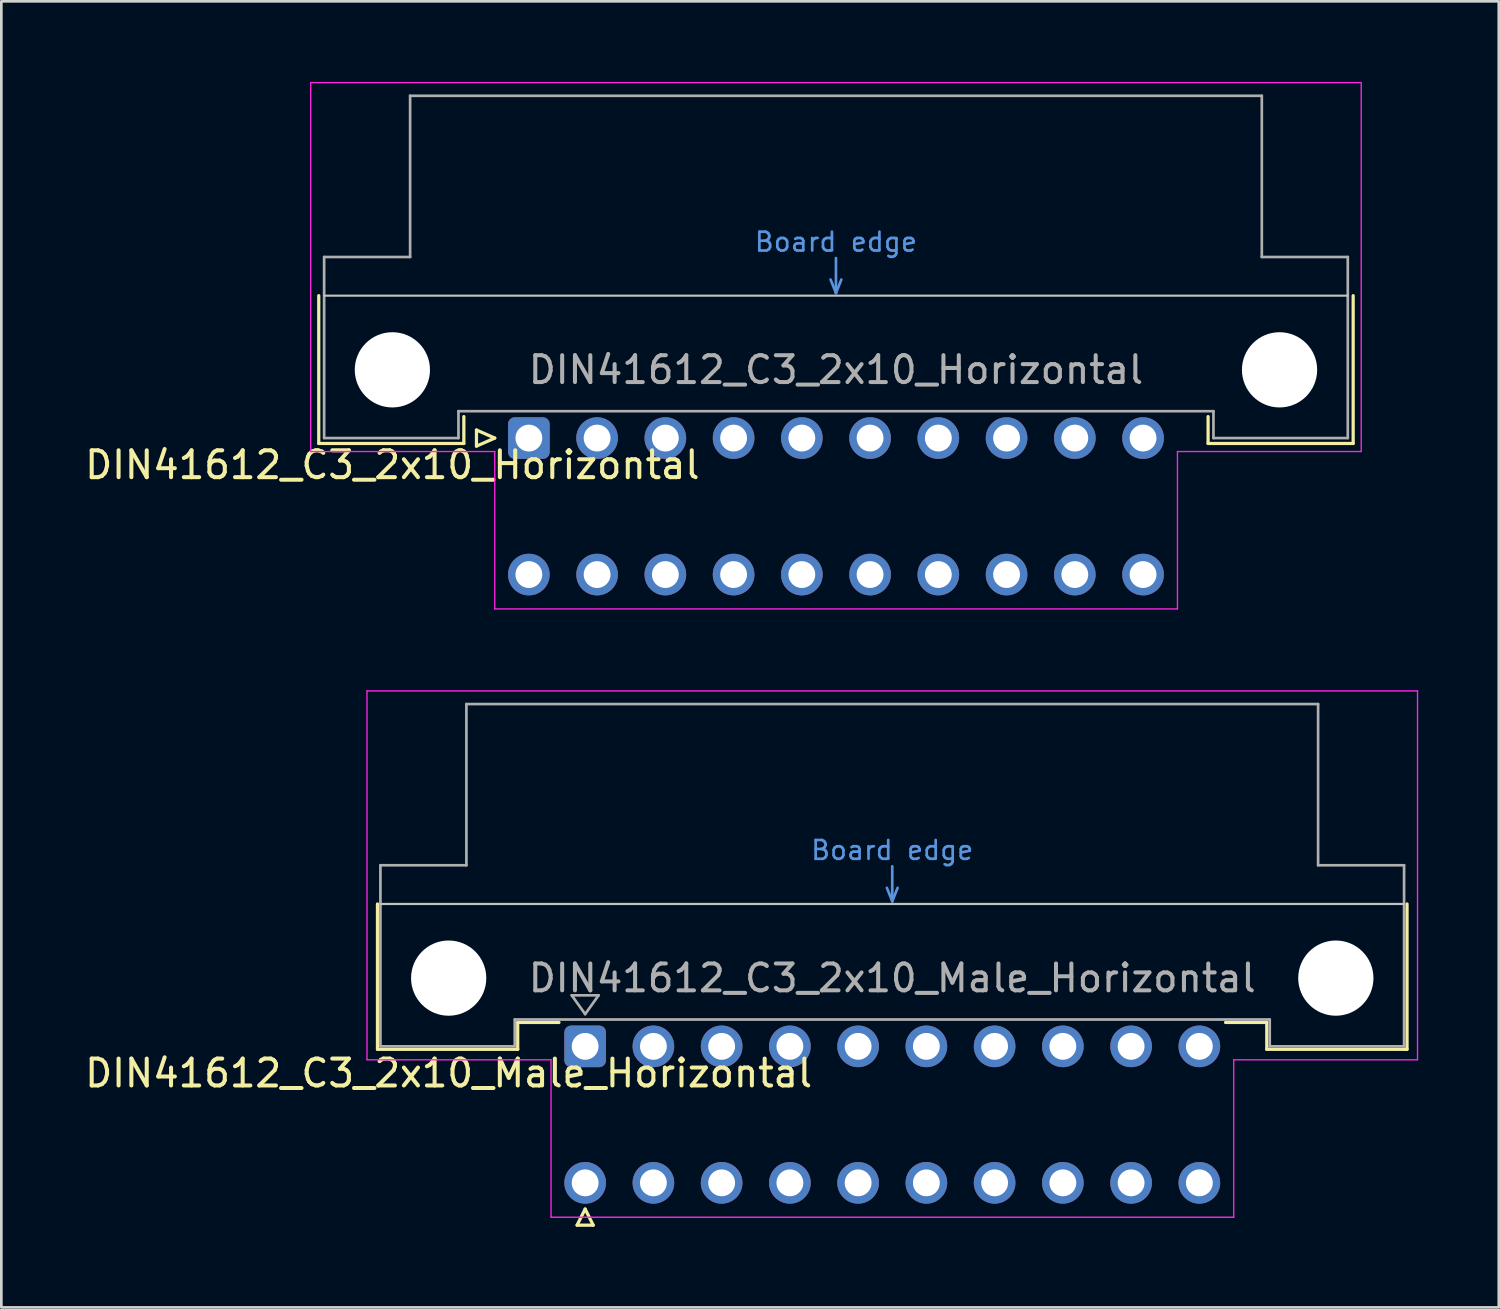
<source format=kicad_pcb>
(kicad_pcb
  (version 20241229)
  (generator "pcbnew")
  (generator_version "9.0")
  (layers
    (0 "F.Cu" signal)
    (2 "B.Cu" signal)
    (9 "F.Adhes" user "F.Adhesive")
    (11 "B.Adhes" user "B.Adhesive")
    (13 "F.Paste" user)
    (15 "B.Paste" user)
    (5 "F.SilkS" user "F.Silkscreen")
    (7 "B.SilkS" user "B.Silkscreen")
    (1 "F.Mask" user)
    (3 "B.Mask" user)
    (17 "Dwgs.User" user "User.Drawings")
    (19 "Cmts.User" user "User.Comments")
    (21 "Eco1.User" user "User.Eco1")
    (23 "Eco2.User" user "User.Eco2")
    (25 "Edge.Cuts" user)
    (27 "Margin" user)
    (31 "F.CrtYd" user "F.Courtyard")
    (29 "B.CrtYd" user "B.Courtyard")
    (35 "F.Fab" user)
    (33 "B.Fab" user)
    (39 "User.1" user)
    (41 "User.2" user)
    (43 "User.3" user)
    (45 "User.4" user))
  (footprint "DIN41612_C3_2x10_Horizontal"
    (layer "F.Cu")
    (at 16.634 13.255)
    (property "Reference" "DIN41612_C3_2x10_Horizontal" (at -5.08 1 0) (layer "F.SilkS") (effects (font (size 1 1) (thickness 0.15))))
    (attr through_hole)
    (fp_line (start -7.82 -5.3) (end -7.82 0.2) (stroke (width 0.12) (type solid)) (layer "F.SilkS"))
    (fp_line (start -7.82 0.2) (end -2.42 0.2) (stroke (width 0.12) (type solid)) (layer "F.SilkS"))
    (fp_line (start -2.42 0.2) (end -2.42 -0.8) (stroke (width 0.12) (type solid)) (layer "F.SilkS"))
    (fp_line (start -1.95 -0.3) (end -1.95 0.3) (stroke (width 0.12) (type solid)) (layer "F.SilkS"))
    (fp_line (start -1.95 0.3) (end -1.27 0) (stroke (width 0.12) (type solid)) (layer "F.SilkS"))
    (fp_line (start -1.27 0) (end -1.95 -0.3) (stroke (width 0.12) (type solid)) (layer "F.SilkS"))
    (fp_line (start 25.28 0.2) (end 25.28 -0.8) (stroke (width 0.12) (type solid)) (layer "F.SilkS"))
    (fp_line (start 30.68 -5.3) (end 30.68 0.2) (stroke (width 0.12) (type solid)) (layer "F.SilkS"))
    (fp_line (start 30.68 0.2) (end 25.28 0.2) (stroke (width 0.12) (type solid)) (layer "F.SilkS"))
    (fp_line (start -7.62 -5.3) (end 30.48 -5.3) (stroke (width 0.08) (type solid)) (layer "Dwgs.User"))
    (fp_line (start 11.23 -5.9) (end 11.43 -5.4) (stroke (width 0.1) (type solid)) (layer "Cmts.User"))
    (fp_line (start 11.43 -5.4) (end 11.43 -6.7) (stroke (width 0.1) (type solid)) (layer "Cmts.User"))
    (fp_line (start 11.43 -5.4) (end 11.63 -5.9) (stroke (width 0.1) (type solid)) (layer "Cmts.User"))
    (fp_line (start -8.12 -13.23) (end -8.12 0.5) (stroke (width 0.05) (type solid)) (layer "F.CrtYd"))
    (fp_line (start -8.12 0.5) (end -1.27 0.5) (stroke (width 0.05) (type solid)) (layer "F.CrtYd"))
    (fp_line (start -1.27 0.5) (end -1.27 6.36) (stroke (width 0.05) (type solid)) (layer "F.CrtYd"))
    (fp_line (start -1.27 6.36) (end 24.14 6.36) (stroke (width 0.05) (type solid)) (layer "F.CrtYd"))
    (fp_line (start 24.14 0.5) (end 30.98 0.5) (stroke (width 0.05) (type solid)) (layer "F.CrtYd"))
    (fp_line (start 24.14 6.36) (end 24.14 0.5) (stroke (width 0.05) (type solid)) (layer "F.CrtYd"))
    (fp_line (start 30.98 -13.23) (end -8.12 -13.23) (stroke (width 0.05) (type solid)) (layer "F.CrtYd"))
    (fp_line (start 30.98 0.5) (end 30.98 -13.23) (stroke (width 0.05) (type solid)) (layer "F.CrtYd"))
    (fp_line (start -7.62 -6.74) (end -7.62 0) (stroke (width 0.1) (type solid)) (layer "F.Fab"))
    (fp_line (start -7.62 0) (end -2.62 0) (stroke (width 0.1) (type solid)) (layer "F.Fab"))
    (fp_line (start -4.42 -12.74) (end -4.42 -6.74) (stroke (width 0.1) (type solid)) (layer "F.Fab"))
    (fp_line (start -4.42 -6.74) (end -7.62 -6.74) (stroke (width 0.1) (type solid)) (layer "F.Fab"))
    (fp_line (start -2.62 -1) (end 25.48 -1) (stroke (width 0.1) (type solid)) (layer "F.Fab"))
    (fp_line (start -2.62 0) (end -2.62 -1) (stroke (width 0.1) (type solid)) (layer "F.Fab"))
    (fp_line (start 25.48 -1) (end 25.48 0) (stroke (width 0.1) (type solid)) (layer "F.Fab"))
    (fp_line (start 25.48 0) (end 30.48 0) (stroke (width 0.1) (type solid)) (layer "F.Fab"))
    (fp_line (start 27.28 -12.74) (end -4.42 -12.74) (stroke (width 0.1) (type solid)) (layer "F.Fab"))
    (fp_line (start 27.28 -6.74) (end 27.28 -12.74) (stroke (width 0.1) (type solid)) (layer "F.Fab"))
    (fp_line (start 30.48 -6.74) (end 27.28 -6.74) (stroke (width 0.1) (type solid)) (layer "F.Fab"))
    (fp_line (start 30.48 0) (end 30.48 -6.74) (stroke (width 0.1) (type solid)) (layer "F.Fab"))
    (fp_text user "Board edge" (at 11.43 -7.3 0) (layer "Cmts.User") (effects (font (size 0.7 0.7) (thickness 0.1))))
    (fp_text user "${REFERENCE}" (at 11.43 -2.54 0) (layer "F.Fab") (effects (font (size 1 1) (thickness 0.15))))
    (pad "" np_thru_hole circle (at -5.08 -2.54) (size 2.8 2.8) (drill 2.8) (layers "*.Cu" "*.Mask"))
    (pad "" np_thru_hole circle (at 27.94 -2.54) (size 2.8 2.8) (drill 2.8) (layers "*.Cu" "*.Mask"))
    (pad "a1" thru_hole roundrect (at 0 0) (size 1.55 1.55) (drill 1) (layers "*.Cu" "*.Mask") (roundrect_rratio 0.161))
    (pad "a2" thru_hole circle (at 2.54 0) (size 1.55 1.55) (drill 1) (layers "*.Cu" "*.Mask"))
    (pad "a3" thru_hole circle (at 5.08 0) (size 1.55 1.55) (drill 1) (layers "*.Cu" "*.Mask"))
    (pad "a4" thru_hole circle (at 7.62 0) (size 1.55 1.55) (drill 1) (layers "*.Cu" "*.Mask"))
    (pad "a5" thru_hole circle (at 10.16 0) (size 1.55 1.55) (drill 1) (layers "*.Cu" "*.Mask"))
    (pad "a6" thru_hole circle (at 12.7 0) (size 1.55 1.55) (drill 1) (layers "*.Cu" "*.Mask"))
    (pad "a7" thru_hole circle (at 15.24 0) (size 1.55 1.55) (drill 1) (layers "*.Cu" "*.Mask"))
    (pad "a8" thru_hole circle (at 17.78 0) (size 1.55 1.55) (drill 1) (layers "*.Cu" "*.Mask"))
    (pad "a9" thru_hole circle (at 20.32 0) (size 1.55 1.55) (drill 1) (layers "*.Cu" "*.Mask"))
    (pad "a10" thru_hole circle (at 22.86 0) (size 1.55 1.55) (drill 1) (layers "*.Cu" "*.Mask"))
    (pad "c1" thru_hole circle (at 0 5.08) (size 1.55 1.55) (drill 1) (layers "*.Cu" "*.Mask"))
    (pad "c2" thru_hole circle (at 2.54 5.08) (size 1.55 1.55) (drill 1) (layers "*.Cu" "*.Mask"))
    (pad "c3" thru_hole circle (at 5.08 5.08) (size 1.55 1.55) (drill 1) (layers "*.Cu" "*.Mask"))
    (pad "c4" thru_hole circle (at 7.62 5.08) (size 1.55 1.55) (drill 1) (layers "*.Cu" "*.Mask"))
    (pad "c5" thru_hole circle (at 10.16 5.08) (size 1.55 1.55) (drill 1) (layers "*.Cu" "*.Mask"))
    (pad "c6" thru_hole circle (at 12.7 5.08) (size 1.55 1.55) (drill 1) (layers "*.Cu" "*.Mask"))
    (pad "c7" thru_hole circle (at 15.24 5.08) (size 1.55 1.55) (drill 1) (layers "*.Cu" "*.Mask"))
    (pad "c8" thru_hole circle (at 17.78 5.08) (size 1.55 1.55) (drill 1) (layers "*.Cu" "*.Mask"))
    (pad "c9" thru_hole circle (at 20.32 5.08) (size 1.55 1.55) (drill 1) (layers "*.Cu" "*.Mask"))
    (pad "c10" thru_hole circle (at 22.86 5.08) (size 1.55 1.55) (drill 1) (layers "*.Cu" "*.Mask")))
  (footprint "DIN41612_C3_2x10_Male_Horizontal"
    (layer "F.Cu")
    (at 18.729 35.895)
    (property "Reference" "DIN41612_C3_2x10_Male_Horizontal" (at -5.08 1 0) (layer "F.SilkS") (effects (font (size 1 1) (thickness 0.15))))
    (attr through_hole)
    (fp_line (start -7.73 -5.3) (end -7.73 0.11) (stroke (width 0.12) (type solid)) (layer "F.SilkS"))
    (fp_line (start -7.73 0.11) (end -2.51 0.11) (stroke (width 0.12) (type solid)) (layer "F.SilkS"))
    (fp_line (start -2.51 -0.89) (end -0.975 -0.89) (stroke (width 0.12) (type solid)) (layer "F.SilkS"))
    (fp_line (start -2.51 0.11) (end -2.51 -0.89) (stroke (width 0.12) (type solid)) (layer "F.SilkS"))
    (fp_line (start -0.3 6.655) (end 0.3 6.655) (stroke (width 0.12) (type solid)) (layer "F.SilkS"))
    (fp_line (start 0 6.055) (end -0.3 6.655) (stroke (width 0.12) (type solid)) (layer "F.SilkS"))
    (fp_line (start 0.3 6.655) (end 0 6.055) (stroke (width 0.12) (type solid)) (layer "F.SilkS"))
    (fp_line (start 25.37 -0.89) (end 23.835 -0.89) (stroke (width 0.12) (type solid)) (layer "F.SilkS"))
    (fp_line (start 25.37 0.11) (end 25.37 -0.89) (stroke (width 0.12) (type solid)) (layer "F.SilkS"))
    (fp_line (start 30.59 -5.3) (end 30.59 0.11) (stroke (width 0.12) (type solid)) (layer "F.SilkS"))
    (fp_line (start 30.59 0.11) (end 25.37 0.11) (stroke (width 0.12) (type solid)) (layer "F.SilkS"))
    (fp_line (start -7.62 -5.3) (end 30.48 -5.3) (stroke (width 0.08) (type solid)) (layer "Dwgs.User"))
    (fp_line (start 11.23 -5.9) (end 11.43 -5.4) (stroke (width 0.1) (type solid)) (layer "Cmts.User"))
    (fp_line (start 11.43 -5.4) (end 11.43 -6.7) (stroke (width 0.1) (type solid)) (layer "Cmts.User"))
    (fp_line (start 11.43 -5.4) (end 11.63 -5.9) (stroke (width 0.1) (type solid)) (layer "Cmts.User"))
    (fp_line (start -8.12 -13.23) (end -8.12 0.5) (stroke (width 0.05) (type solid)) (layer "F.CrtYd"))
    (fp_line (start -8.12 0.5) (end -1.27 0.5) (stroke (width 0.05) (type solid)) (layer "F.CrtYd"))
    (fp_line (start -1.27 0.5) (end -1.27 6.36) (stroke (width 0.05) (type solid)) (layer "F.CrtYd"))
    (fp_line (start -1.27 6.36) (end 24.14 6.36) (stroke (width 0.05) (type solid)) (layer "F.CrtYd"))
    (fp_line (start 24.14 0.5) (end 30.98 0.5) (stroke (width 0.05) (type solid)) (layer "F.CrtYd"))
    (fp_line (start 24.14 6.36) (end 24.14 0.5) (stroke (width 0.05) (type solid)) (layer "F.CrtYd"))
    (fp_line (start 30.98 -13.23) (end -8.12 -13.23) (stroke (width 0.05) (type solid)) (layer "F.CrtYd"))
    (fp_line (start 30.98 0.5) (end 30.98 -13.23) (stroke (width 0.05) (type solid)) (layer "F.CrtYd"))
    (fp_line (start -7.62 -6.74) (end -7.62 0) (stroke (width 0.1) (type solid)) (layer "F.Fab"))
    (fp_line (start -7.62 0) (end -2.62 0) (stroke (width 0.1) (type solid)) (layer "F.Fab"))
    (fp_line (start -4.42 -12.74) (end -4.42 -6.74) (stroke (width 0.1) (type solid)) (layer "F.Fab"))
    (fp_line (start -4.42 -6.74) (end -7.62 -6.74) (stroke (width 0.1) (type solid)) (layer "F.Fab"))
    (fp_line (start -2.62 -1) (end 25.48 -1) (stroke (width 0.1) (type solid)) (layer "F.Fab"))
    (fp_line (start -2.62 0) (end -2.62 -1) (stroke (width 0.1) (type solid)) (layer "F.Fab"))
    (fp_line (start -0.5 -1.9) (end 0.5 -1.9) (stroke (width 0.1) (type solid)) (layer "F.Fab"))
    (fp_line (start 0 -1.2) (end -0.5 -1.9) (stroke (width 0.1) (type solid)) (layer "F.Fab"))
    (fp_line (start 0.5 -1.9) (end 0 -1.2) (stroke (width 0.1) (type solid)) (layer "F.Fab"))
    (fp_line (start 25.48 -1) (end 25.48 0) (stroke (width 0.1) (type solid)) (layer "F.Fab"))
    (fp_line (start 25.48 0) (end 30.48 0) (stroke (width 0.1) (type solid)) (layer "F.Fab"))
    (fp_line (start 27.28 -12.74) (end -4.42 -12.74) (stroke (width 0.1) (type solid)) (layer "F.Fab"))
    (fp_line (start 27.28 -6.74) (end 27.28 -12.74) (stroke (width 0.1) (type solid)) (layer "F.Fab"))
    (fp_line (start 30.48 -6.74) (end 27.28 -6.74) (stroke (width 0.1) (type solid)) (layer "F.Fab"))
    (fp_line (start 30.48 0) (end 30.48 -6.74) (stroke (width 0.1) (type solid)) (layer "F.Fab"))
    (fp_text user "Board edge" (at 11.43 -7.3 0) (layer "Cmts.User") (effects (font (size 0.7 0.7) (thickness 0.1))))
    (fp_text user "${REFERENCE}" (at 11.43 -2.54 0) (layer "F.Fab") (effects (font (size 1 1) (thickness 0.15))))
    (pad "" np_thru_hole circle (at -5.08 -2.54) (size 2.8 2.8) (drill 2.8) (layers "*.Cu" "*.Mask"))
    (pad "" np_thru_hole circle (at 27.94 -2.54) (size 2.8 2.8) (drill 2.8) (layers "*.Cu" "*.Mask"))
    (pad "a1" thru_hole roundrect (at 0 0) (size 1.55 1.55) (drill 1) (layers "*.Cu" "*.Mask") (roundrect_rratio 0.161))
    (pad "a2" thru_hole circle (at 2.54 0) (size 1.55 1.55) (drill 1) (layers "*.Cu" "*.Mask"))
    (pad "a3" thru_hole circle (at 5.08 0) (size 1.55 1.55) (drill 1) (layers "*.Cu" "*.Mask"))
    (pad "a4" thru_hole circle (at 7.62 0) (size 1.55 1.55) (drill 1) (layers "*.Cu" "*.Mask"))
    (pad "a5" thru_hole circle (at 10.16 0) (size 1.55 1.55) (drill 1) (layers "*.Cu" "*.Mask"))
    (pad "a6" thru_hole circle (at 12.7 0) (size 1.55 1.55) (drill 1) (layers "*.Cu" "*.Mask"))
    (pad "a7" thru_hole circle (at 15.24 0) (size 1.55 1.55) (drill 1) (layers "*.Cu" "*.Mask"))
    (pad "a8" thru_hole circle (at 17.78 0) (size 1.55 1.55) (drill 1) (layers "*.Cu" "*.Mask"))
    (pad "a9" thru_hole circle (at 20.32 0) (size 1.55 1.55) (drill 1) (layers "*.Cu" "*.Mask"))
    (pad "a10" thru_hole circle (at 22.86 0) (size 1.55 1.55) (drill 1) (layers "*.Cu" "*.Mask"))
    (pad "c1" thru_hole circle (at 0 5.08) (size 1.55 1.55) (drill 1) (layers "*.Cu" "*.Mask"))
    (pad "c2" thru_hole circle (at 2.54 5.08) (size 1.55 1.55) (drill 1) (layers "*.Cu" "*.Mask"))
    (pad "c3" thru_hole circle (at 5.08 5.08) (size 1.55 1.55) (drill 1) (layers "*.Cu" "*.Mask"))
    (pad "c4" thru_hole circle (at 7.62 5.08) (size 1.55 1.55) (drill 1) (layers "*.Cu" "*.Mask"))
    (pad "c5" thru_hole circle (at 10.16 5.08) (size 1.55 1.55) (drill 1) (layers "*.Cu" "*.Mask"))
    (pad "c6" thru_hole circle (at 12.7 5.08) (size 1.55 1.55) (drill 1) (layers "*.Cu" "*.Mask"))
    (pad "c7" thru_hole circle (at 15.24 5.08) (size 1.55 1.55) (drill 1) (layers "*.Cu" "*.Mask"))
    (pad "c8" thru_hole circle (at 17.78 5.08) (size 1.55 1.55) (drill 1) (layers "*.Cu" "*.Mask"))
    (pad "c9" thru_hole circle (at 20.32 5.08) (size 1.55 1.55) (drill 1) (layers "*.Cu" "*.Mask"))
    (pad "c10" thru_hole circle (at 22.86 5.08) (size 1.55 1.55) (drill 1) (layers "*.Cu" "*.Mask")))
  (gr_rect
    (start -3 -3)
    (end 52.734 45.61)
    (stroke (width 0.1) (type default))
    (fill no)
    (layer "Edge.Cuts")))
</source>
